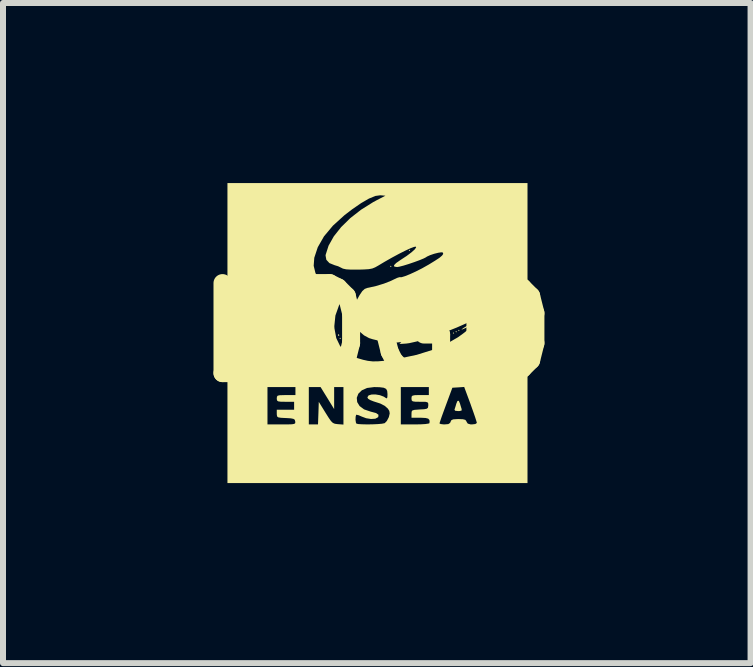
<source format=kicad_pcb>
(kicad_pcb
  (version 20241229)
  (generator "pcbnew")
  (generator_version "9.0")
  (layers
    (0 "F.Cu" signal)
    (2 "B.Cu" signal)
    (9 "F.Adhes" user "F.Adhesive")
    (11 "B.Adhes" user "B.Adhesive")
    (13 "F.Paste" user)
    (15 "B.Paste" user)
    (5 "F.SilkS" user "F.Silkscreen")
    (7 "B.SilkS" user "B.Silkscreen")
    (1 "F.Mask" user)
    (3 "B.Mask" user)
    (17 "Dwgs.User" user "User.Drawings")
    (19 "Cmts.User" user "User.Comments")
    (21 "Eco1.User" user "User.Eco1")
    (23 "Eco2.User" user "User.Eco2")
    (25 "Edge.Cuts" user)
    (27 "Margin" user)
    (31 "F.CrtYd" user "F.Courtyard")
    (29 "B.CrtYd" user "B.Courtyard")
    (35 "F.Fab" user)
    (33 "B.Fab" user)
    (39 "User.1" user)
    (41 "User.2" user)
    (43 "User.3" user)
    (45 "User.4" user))
  (footprint "LOGO"
    (layer "F.Cu")
    (at 3.229 2.489)
    (property "Reference" "LOGO" (at 0 0 0) (layer "F.SilkS") (effects (font (size 1.5 1.5) (thickness 0.3))))
    (attr board_only exclude_from_pos_files exclude_from_bom)
    (fp_poly (pts (xy -0.6 0.1) (xy -0.611 0.111) (xy -0.622 0.1) (xy -0.611 0.089)) (stroke (width 0) (type solid)) (fill yes) (layer "F.SilkS"))
    (fp_poly (pts (xy 0.244 -1.1) (xy 0.233 -1.089) (xy 0.222 -1.1) (xy 0.233 -1.111)) (stroke (width 0) (type solid)) (fill yes) (layer "F.SilkS"))
    (fp_poly (pts (xy 0.556 -1.367) (xy 0.544 -1.356) (xy 0.533 -1.367) (xy 0.544 -1.378)) (stroke (width 0) (type solid)) (fill yes) (layer "F.SilkS"))
    (fp_poly (pts (xy 1.289 0.011) (xy 1.278 0.022) (xy 1.267 0.011) (xy 1.278 0)) (stroke (width 0) (type solid)) (fill yes) (layer "F.SilkS"))
    (fp_poly (pts (xy 1.333 -0.011) (xy 1.322 0) (xy 1.311 -0.011) (xy 1.322 -0.022)) (stroke (width 0) (type solid)) (fill yes) (layer "F.SilkS"))
    (fp_poly (pts (xy 1.378 -0.033) (xy 1.367 -0.022) (xy 1.356 -0.033) (xy 1.367 -0.044)) (stroke (width 0) (type solid)) (fill yes) (layer "F.SilkS"))
    (fp_poly (pts (xy -0.63 0.03) (xy -0.627 0.056) (xy -0.63 0.059) (xy -0.643 0.056) (xy -0.644 0.044) (xy -0.636 0.026)) (stroke (width 0) (type solid)) (fill yes) (layer "F.SilkS"))
    (fp_poly (pts (xy 1.385 1.183) (xy 1.386 1.187) (xy 1.403 1.244) (xy 1.413 1.276) (xy 1.414 1.301) (xy 1.382 1.31) (xy 1.356 1.311) (xy 1.307 1.306) (xy 1.294 1.289) (xy 1.298 1.276) (xy 1.314 1.226) (xy 1.325 1.187) (xy 1.344 1.142) (xy 1.366 1.14)) (stroke (width 0) (type solid)) (fill yes) (layer "F.SilkS"))
    (fp_poly (pts (xy 2.511 0.011) (xy 2.511 2.511) (xy 0.011 2.511) (xy -2.489 2.511) (xy -2.489 0.911) (xy -1.822 0.911) (xy -1.822 1.222) (xy -1.822 1.533) (xy -1.587 1.533) (xy -1.483 1.533) (xy -1.416 1.531) (xy -1.378 1.525) (xy -1.361 1.514) (xy -1.358 1.496) (xy -1.36 1.483) (xy -1.367 1.456) (xy -1.389 1.441) (xy -1.433 1.432) (xy -1.511 1.427) (xy -1.517 1.427) (xy -1.596 1.423) (xy -1.641 1.416) (xy -1.661 1.401) (xy -1.666 1.374) (xy -1.667 1.355) (xy -1.667 1.289) (xy -1.522 1.289) (xy -1.378 1.289) (xy -1.378 1.222) (xy -1.378 1.156) (xy -1.522 1.156) (xy -1.6 1.155) (xy -1.643 1.149) (xy -1.662 1.135) (xy -1.667 1.109) (xy -1.667 1.1) (xy -1.664 1.071) (xy -1.651 1.054) (xy -1.617 1.047) (xy -1.553 1.045) (xy -1.511 1.044) (xy -1.356 1.044) (xy -1.356 0.978) (xy -1.356 0.911) (xy -1.133 0.911) (xy -1.133 1.222) (xy -1.133 1.533) (xy -1.056 1.533) (xy -0.98 1.533) (xy -0.973 1.345) (xy -0.967 1.157) (xy -0.854 1.34) (xy -0.801 1.424) (xy -0.763 1.478) (xy -0.732 1.508) (xy -0.7 1.522) (xy -0.659 1.528) (xy -0.648 1.529) (xy -0.556 1.536) (xy -0.556 1.457) (xy -0.355 1.457) (xy -0.348 1.503) (xy -0.341 1.519) (xy -0.311 1.527) (xy -0.249 1.531) (xy -0.166 1.533) (xy -0.075 1.532) (xy 0.013 1.528) (xy 0.084 1.522) (xy 0.129 1.513) (xy 0.133 1.511) (xy 0.167 1.476) (xy 0.197 1.419) (xy 0.201 1.409) (xy 0.215 1.35) (xy 0.208 1.308) (xy 0.184 1.27) (xy 0.134 1.225) (xy 0.064 1.188) (xy 0.042 1.18) (xy -0.052 1.15) (xy -0.111 1.127) (xy -0.142 1.108) (xy -0.154 1.09) (xy -0.156 1.08) (xy -0.137 1.05) (xy -0.088 1.035) (xy -0.021 1.034) (xy 0.051 1.046) (xy 0.117 1.071) (xy 0.147 1.091) (xy 0.167 1.1) (xy 0.176 1.08) (xy 0.178 1.028) (xy 0.173 0.975) (xy 0.155 0.941) (xy 0.115 0.922) (xy 0.045 0.913) (xy -0.044 0.911) (xy -0.162 0.926) (xy -0.25 0.965) (xy -0.308 1.022) (xy -0.334 1.09) (xy -0.327 1.161) (xy -0.287 1.227) (xy -0.212 1.283) (xy -0.103 1.32) (xy -0.095 1.322) (xy -0.012 1.344) (xy 0.028 1.373) (xy 0.024 1.409) (xy 0.02 1.414) (xy -0.025 1.438) (xy -0.096 1.443) (xy -0.178 1.43) (xy -0.25 1.403) (xy -0.303 1.38) (xy -0.338 1.372) (xy -0.344 1.373) (xy -0.353 1.405) (xy -0.355 1.457) (xy -0.556 1.457) (xy -0.556 1.224) (xy -0.556 0.911) (xy 0.4 0.911) (xy 0.4 1.222) (xy 0.4 1.533) (xy 0.632 1.533) (xy 0.729 1.532) (xy 0.809 1.527) (xy 0.861 1.519) (xy 0.868 1.517) (xy 1.045 1.517) (xy 1.064 1.527) (xy 1.113 1.533) (xy 1.131 1.533) (xy 1.191 1.528) (xy 1.221 1.508) (xy 1.229 1.489) (xy 1.242 1.463) (xy 1.273 1.449) (xy 1.333 1.445) (xy 1.362 1.444) (xy 1.434 1.447) (xy 1.474 1.457) (xy 1.492 1.478) (xy 1.495 1.489) (xy 1.516 1.52) (xy 1.562 1.533) (xy 1.587 1.533) (xy 1.641 1.527) (xy 1.666 1.51) (xy 1.667 1.507) (xy 1.659 1.478) (xy 1.639 1.415) (xy 1.609 1.328) (xy 1.572 1.224) (xy 1.562 1.195) (xy 1.456 0.909) (xy 1.358 0.916) (xy 1.259 0.922) (xy 1.152 1.211) (xy 1.113 1.317) (xy 1.08 1.408) (xy 1.057 1.476) (xy 1.045 1.513) (xy 1.045 1.517) (xy 0.868 1.517) (xy 0.877 1.513) (xy 0.88 1.477) (xy 0.875 1.458) (xy 0.856 1.437) (xy 0.813 1.426) (xy 0.736 1.422) (xy 0.72 1.422) (xy 0.578 1.422) (xy 0.578 1.357) (xy 0.58 1.321) (xy 0.592 1.301) (xy 0.626 1.291) (xy 0.691 1.286) (xy 0.717 1.284) (xy 0.792 1.28) (xy 0.834 1.271) (xy 0.852 1.255) (xy 0.857 1.224) (xy 0.858 1.217) (xy 0.857 1.184) (xy 0.845 1.165) (xy 0.812 1.157) (xy 0.748 1.156) (xy 0.719 1.156) (xy 0.642 1.155) (xy 0.6 1.149) (xy 0.582 1.134) (xy 0.578 1.107) (xy 0.578 1.1) (xy 0.58 1.07) (xy 0.595 1.054) (xy 0.631 1.046) (xy 0.699 1.044) (xy 0.722 1.044) (xy 0.867 1.044) (xy 0.867 0.978) (xy 0.867 0.911) (xy 0.633 0.911) (xy 0.4 0.911) (xy -0.556 0.911) (xy -0.633 0.911) (xy -0.711 0.911) (xy -0.711 1.094) (xy -0.711 1.278) (xy -0.824 1.094) (xy -0.937 0.911) (xy -1.035 0.911) (xy -1.133 0.911) (xy -1.356 0.911) (xy -1.589 0.911) (xy -1.822 0.911) (xy -2.489 0.911) (xy -2.489 0.011) (xy -2.489 -1.11) (xy -1.052 -1.11) (xy -1.022 -0.988) (xy -0.956 -0.882) (xy -0.858 -0.799) (xy -0.732 -0.742) (xy -0.584 -0.715) (xy -0.446 -0.706) (xy -0.531 -0.603) (xy -0.63 -0.45) (xy -0.69 -0.281) (xy -0.708 -0.105) (xy -0.706 -0.068) (xy -0.676 0.094) (xy -0.612 0.227) (xy -0.514 0.331) (xy -0.382 0.408) (xy -0.322 0.429) (xy -0.23 0.456) (xy -0.149 0.474) (xy -0.069 0.483) (xy 0.019 0.482) (xy 0.124 0.473) (xy 0.256 0.454) (xy 0.385 0.433) (xy 0.664 0.374) (xy 0.923 0.293) (xy 1.155 0.195) (xy 1.354 0.08) (xy 1.438 0.019) (xy 1.508 -0.036) (xy 1.576 -0.086) (xy 1.611 -0.111) (xy 1.654 -0.142) (xy 1.659 -0.154) (xy 1.63 -0.145) (xy 1.569 -0.118) (xy 1.533 -0.1) (xy 1.455 -0.062) (xy 1.416 -0.047) (xy 1.414 -0.052) (xy 1.451 -0.078) (xy 1.526 -0.123) (xy 1.529 -0.125) (xy 1.596 -0.164) (xy 1.643 -0.196) (xy 1.66 -0.213) (xy 1.66 -0.214) (xy 1.636 -0.211) (xy 1.584 -0.192) (xy 1.513 -0.161) (xy 1.508 -0.159) (xy 1.334 -0.082) (xy 1.154 -0.01) (xy 0.976 0.055) (xy 0.81 0.11) (xy 0.662 0.152) (xy 0.541 0.179) (xy 0.489 0.186) (xy 0.413 0.191) (xy 0.379 0.189) (xy 0.385 0.179) (xy 0.389 0.177) (xy 0.409 0.164) (xy 0.391 0.162) (xy 0.351 0.167) (xy 0.27 0.17) (xy 0.162 0.16) (xy 0.045 0.141) (xy -0.068 0.114) (xy -0.129 0.095) (xy -0.212 0.05) (xy -0.289 -0.016) (xy -0.3 -0.029) (xy -0.368 -0.14) (xy -0.395 -0.266) (xy -0.381 -0.404) (xy -0.327 -0.55) (xy -0.287 -0.622) (xy -0.242 -0.688) (xy -0.201 -0.725) (xy -0.152 -0.743) (xy -0.137 -0.745) (xy -0.013 -0.773) (xy 0.119 -0.813) (xy 0.238 -0.86) (xy 0.281 -0.881) (xy 0.338 -0.908) (xy 0.376 -0.92) (xy 0.384 -0.92) (xy 0.413 -0.92) (xy 0.472 -0.938) (xy 0.554 -0.971) (xy 0.65 -1.015) (xy 0.753 -1.067) (xy 0.854 -1.124) (xy 0.86 -1.127) (xy 0.969 -1.194) (xy 1.044 -1.243) (xy 1.087 -1.28) (xy 1.106 -1.307) (xy 1.102 -1.33) (xy 1.102 -1.33) (xy 1.076 -1.335) (xy 1.023 -1.327) (xy 0.955 -1.31) (xy 0.888 -1.287) (xy 0.835 -1.263) (xy 0.82 -1.252) (xy 0.781 -1.232) (xy 0.713 -1.204) (xy 0.626 -1.172) (xy 0.532 -1.14) (xy 0.445 -1.113) (xy 0.375 -1.095) (xy 0.339 -1.089) (xy 0.292 -1.096) (xy 0.286 -1.119) (xy 0.322 -1.156) (xy 0.395 -1.207) (xy 0.496 -1.273) (xy 0.576 -1.333) (xy 0.631 -1.382) (xy 0.655 -1.416) (xy 0.652 -1.429) (xy 0.622 -1.425) (xy 0.56 -1.402) (xy 0.474 -1.362) (xy 0.369 -1.309) (xy 0.252 -1.246) (xy 0.129 -1.176) (xy 0.022 -1.112) (xy -0.028 -1.084) (xy -0.075 -1.065) (xy -0.132 -1.054) (xy -0.21 -1.049) (xy -0.307 -1.046) (xy -0.427 -1.046) (xy -0.511 -1.051) (xy -0.565 -1.063) (xy -0.585 -1.073) (xy -0.644 -1.102) (xy -0.703 -1.12) (xy -0.79 -1.155) (xy -0.841 -1.21) (xy -0.854 -1.281) (xy -0.852 -1.295) (xy -0.804 -1.445) (xy -0.717 -1.6) (xy -0.595 -1.754) (xy -0.442 -1.904) (xy -0.263 -2.044) (xy -0.062 -2.17) (xy -0.001 -2.203) (xy 0.143 -2.278) (xy 0.058 -2.285) (xy -0.023 -2.274) (xy -0.131 -2.23) (xy -0.262 -2.154) (xy -0.414 -2.049) (xy -0.539 -1.953) (xy -0.731 -1.779) (xy -0.88 -1.601) (xy -0.984 -1.419) (xy -1.042 -1.244) (xy -1.052 -1.11) (xy -2.489 -1.11) (xy -2.489 -2.489) (xy 0.011 -2.489) (xy 2.511 -2.489)) (stroke (width 0) (type solid)) (fill yes) (layer "F.SilkS")))
  (gr_rect
    (start -3 -3)
    (end 9.457 8)
    (stroke (width 0.1) (type default))
    (fill no)
    (layer "Edge.Cuts")))
</source>
